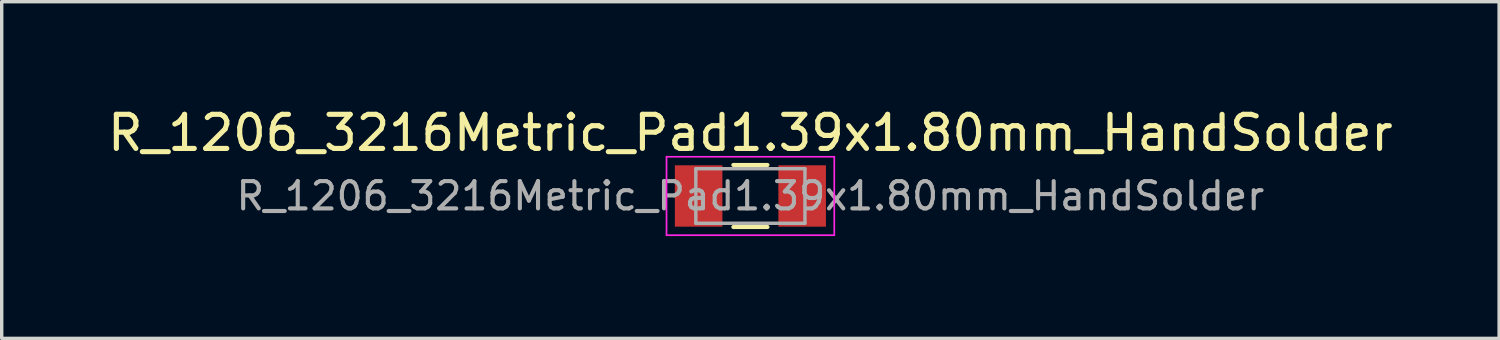
<source format=kicad_pcb>
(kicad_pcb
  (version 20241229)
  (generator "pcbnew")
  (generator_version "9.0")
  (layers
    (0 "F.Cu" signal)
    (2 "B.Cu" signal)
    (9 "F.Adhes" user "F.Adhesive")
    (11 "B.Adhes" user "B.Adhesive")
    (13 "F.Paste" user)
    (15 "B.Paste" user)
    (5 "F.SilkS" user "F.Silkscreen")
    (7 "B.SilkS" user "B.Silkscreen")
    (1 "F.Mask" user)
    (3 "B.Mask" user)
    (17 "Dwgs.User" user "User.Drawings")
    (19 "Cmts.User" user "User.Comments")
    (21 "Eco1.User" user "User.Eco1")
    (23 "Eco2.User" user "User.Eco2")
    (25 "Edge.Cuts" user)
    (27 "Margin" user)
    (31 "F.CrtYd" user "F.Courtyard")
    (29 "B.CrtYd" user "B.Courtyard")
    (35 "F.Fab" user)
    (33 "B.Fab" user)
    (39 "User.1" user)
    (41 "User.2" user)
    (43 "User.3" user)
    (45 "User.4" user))
  (footprint "R_1206_3216Metric_Pad1.39x1.80mm_HandSolder"
    (layer "F.Cu")
    (at 18.958 2.698)
    (property "Reference" "R_1206_3216Metric_Pad1.39x1.80mm_HandSolder" (at 0 -1.85 0) (layer "F.SilkS") (effects (font (size 1 1) (thickness 0.15))))
    (attr smd)
    (fp_line (start -0.5 -0.91) (end 0.5 -0.91) (stroke (width 0.12) (type solid)) (layer "F.SilkS"))
    (fp_line (start -0.5 0.91) (end 0.5 0.91) (stroke (width 0.12) (type solid)) (layer "F.SilkS"))
    (fp_line (start -2.46 -1.15) (end 2.46 -1.15) (stroke (width 0.05) (type solid)) (layer "F.CrtYd"))
    (fp_line (start -2.46 1.15) (end -2.46 -1.15) (stroke (width 0.05) (type solid)) (layer "F.CrtYd"))
    (fp_line (start 2.46 -1.15) (end 2.46 1.15) (stroke (width 0.05) (type solid)) (layer "F.CrtYd"))
    (fp_line (start 2.46 1.15) (end -2.46 1.15) (stroke (width 0.05) (type solid)) (layer "F.CrtYd"))
    (fp_line (start -1.6 -0.8) (end 1.6 -0.8) (stroke (width 0.1) (type solid)) (layer "F.Fab"))
    (fp_line (start -1.6 0.8) (end -1.6 -0.8) (stroke (width 0.1) (type solid)) (layer "F.Fab"))
    (fp_line (start 1.6 -0.8) (end 1.6 0.8) (stroke (width 0.1) (type solid)) (layer "F.Fab"))
    (fp_line (start 1.6 0.8) (end -1.6 0.8) (stroke (width 0.1) (type solid)) (layer "F.Fab"))
    (fp_text user "${REFERENCE}" (at 0 0 0) (layer "F.Fab") (effects (font (size 0.8 0.8) (thickness 0.12))))
    (pad "1" smd rect (at -1.518 0) (size 1.395 1.8) (layers "F.Cu" "F.Mask" "F.Paste"))
    (pad "2" smd rect (at 1.518 0) (size 1.395 1.8) (layers "F.Cu" "F.Mask" "F.Paste")))
  (gr_rect
    (start -3 -3)
    (end 40.917 6.873)
    (stroke (width 0.1) (type default))
    (fill no)
    (layer "Edge.Cuts")))
</source>
